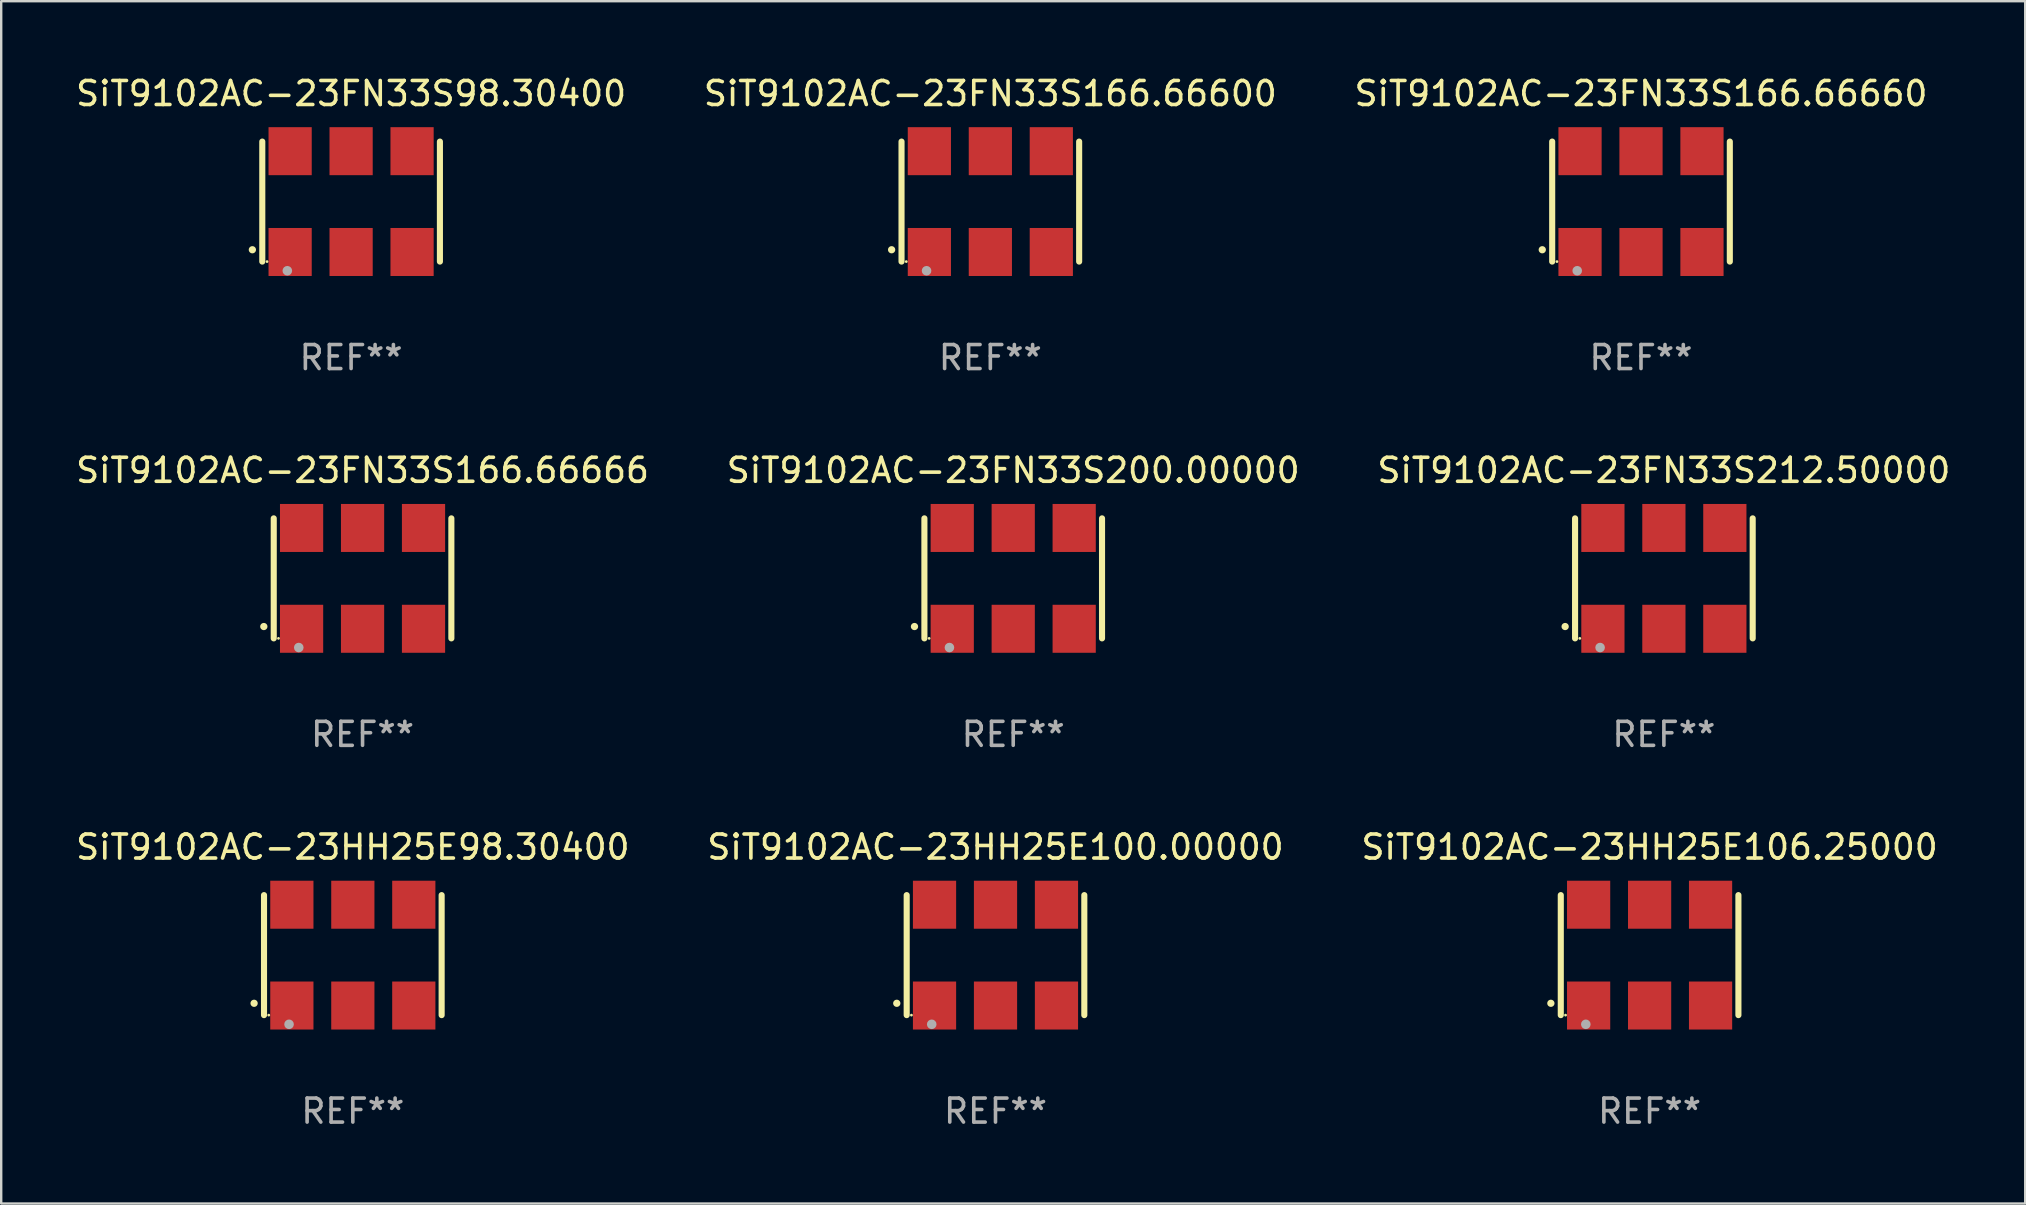
<source format=kicad_pcb>
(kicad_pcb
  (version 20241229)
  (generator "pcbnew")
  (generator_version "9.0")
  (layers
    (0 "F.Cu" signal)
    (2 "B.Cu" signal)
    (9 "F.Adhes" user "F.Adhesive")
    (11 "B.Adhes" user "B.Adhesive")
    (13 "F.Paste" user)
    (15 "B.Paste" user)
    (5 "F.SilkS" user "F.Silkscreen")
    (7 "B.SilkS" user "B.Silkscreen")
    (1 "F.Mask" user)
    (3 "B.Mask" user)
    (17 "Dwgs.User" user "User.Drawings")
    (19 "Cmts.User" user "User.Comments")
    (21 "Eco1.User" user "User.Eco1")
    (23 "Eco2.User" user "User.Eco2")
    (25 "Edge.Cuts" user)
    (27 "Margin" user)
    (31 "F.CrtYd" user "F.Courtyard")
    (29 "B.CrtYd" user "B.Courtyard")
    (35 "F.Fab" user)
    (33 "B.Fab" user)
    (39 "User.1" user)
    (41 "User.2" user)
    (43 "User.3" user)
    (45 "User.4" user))
  (footprint "SiT9102AC-23FN33S166.66666"
    (layer "F.Cu")
    (at 12.054 21.045)
    (property "Reference" "SiT9102AC-23FN33S166.66666" (at 0 -4.5 0) (layer "F.SilkS") (effects (font (size 1 1) (thickness 0.15))))
    (attr through_hole)
    (fp_line (start -3.7 -2.5) (end -3.7 2.5) (stroke (width 0.254) (type solid)) (layer "F.SilkS"))
    (fp_line (start 3.7 -2.5) (end 3.7 2.5) (stroke (width 0.254) (type solid)) (layer "F.SilkS"))
    (fp_arc (start -4.114415 2.006604) (mid -4.113145 2.006599) (end -4.111875 2.006604) (stroke (width 0.3) (type solid)) (layer "F.SilkS"))
    (fp_circle (center -3.502 2.5) (end -3.472 2.5) (stroke (width 0.06) (type solid)) (fill no) (layer "F.SilkS"))
    (fp_circle (center -2.657 2.882) (end -2.557 2.882) (stroke (width 0.2) (type solid)) (fill no) (layer "F.Fab"))
    (fp_text user "REF**" (at 0 6.5 0) (layer "F.Fab") (effects (font (size 1 1) (thickness 0.15))))
    (pad "1" smd rect (at -2.54 2.1) (size 1.8 2) (layers "F.Cu" "F.Mask" "F.Paste"))
    (pad "2" smd rect (at 0.000394 2.1) (size 1.8 2) (layers "F.Cu" "F.Mask" "F.Paste"))
    (pad "3" smd rect (at 2.54 2.1) (size 1.8 2) (layers "F.Cu" "F.Mask" "F.Paste"))
    (pad "4" smd rect (at 2.54 -2.1) (size 1.8 2) (layers "F.Cu" "F.Mask" "F.Paste"))
    (pad "5" smd rect (at 0.000394 -2.1) (size 1.8 2) (layers "F.Cu" "F.Mask" "F.Paste"))
    (pad "6" smd rect (at -2.54 -2.1) (size 1.8 2) (layers "F.Cu" "F.Mask" "F.Paste")))
  (footprint "SiT9102AC-23FN33S212.50000"
    (layer "F.Cu")
    (at 66.268 21.045)
    (property "Reference" "SiT9102AC-23FN33S212.50000" (at 0 -4.5 0) (layer "F.SilkS") (effects (font (size 1 1) (thickness 0.15))))
    (attr through_hole)
    (fp_line (start -3.7 -2.5) (end -3.7 2.5) (stroke (width 0.254) (type solid)) (layer "F.SilkS"))
    (fp_line (start 3.7 -2.5) (end 3.7 2.5) (stroke (width 0.254) (type solid)) (layer "F.SilkS"))
    (fp_arc (start -4.114415 2.006604) (mid -4.113145 2.006599) (end -4.111875 2.006604) (stroke (width 0.3) (type solid)) (layer "F.SilkS"))
    (fp_circle (center -3.502 2.5) (end -3.472 2.5) (stroke (width 0.06) (type solid)) (fill no) (layer "F.SilkS"))
    (fp_circle (center -2.657 2.882) (end -2.557 2.882) (stroke (width 0.2) (type solid)) (fill no) (layer "F.Fab"))
    (fp_text user "REF**" (at 0 6.5 0) (layer "F.Fab") (effects (font (size 1 1) (thickness 0.15))))
    (pad "1" smd rect (at -2.54 2.1) (size 1.8 2) (layers "F.Cu" "F.Mask" "F.Paste"))
    (pad "2" smd rect (at 0.000394 2.1) (size 1.8 2) (layers "F.Cu" "F.Mask" "F.Paste"))
    (pad "3" smd rect (at 2.54 2.1) (size 1.8 2) (layers "F.Cu" "F.Mask" "F.Paste"))
    (pad "4" smd rect (at 2.54 -2.1) (size 1.8 2) (layers "F.Cu" "F.Mask" "F.Paste"))
    (pad "5" smd rect (at 0.000394 -2.1) (size 1.8 2) (layers "F.Cu" "F.Mask" "F.Paste"))
    (pad "6" smd rect (at -2.54 -2.1) (size 1.8 2) (layers "F.Cu" "F.Mask" "F.Paste")))
  (footprint "SiT9102AC-23FN33S166.66600"
    (layer "F.Cu")
    (at 38.208 5.348)
    (property "Reference" "SiT9102AC-23FN33S166.66600" (at 0 -4.5 0) (layer "F.SilkS") (effects (font (size 1 1) (thickness 0.15))))
    (attr through_hole)
    (fp_line (start -3.7 -2.5) (end -3.7 2.5) (stroke (width 0.254) (type solid)) (layer "F.SilkS"))
    (fp_line (start 3.7 -2.5) (end 3.7 2.5) (stroke (width 0.254) (type solid)) (layer "F.SilkS"))
    (fp_arc (start -4.114415 2.006604) (mid -4.113145 2.006599) (end -4.111875 2.006604) (stroke (width 0.3) (type solid)) (layer "F.SilkS"))
    (fp_circle (center -3.502 2.5) (end -3.472 2.5) (stroke (width 0.06) (type solid)) (fill no) (layer "F.SilkS"))
    (fp_circle (center -2.657 2.882) (end -2.557 2.882) (stroke (width 0.2) (type solid)) (fill no) (layer "F.Fab"))
    (fp_text user "REF**" (at 0 6.5 0) (layer "F.Fab") (effects (font (size 1 1) (thickness 0.15))))
    (pad "1" smd rect (at -2.54 2.1) (size 1.8 2) (layers "F.Cu" "F.Mask" "F.Paste"))
    (pad "2" smd rect (at 0.000394 2.1) (size 1.8 2) (layers "F.Cu" "F.Mask" "F.Paste"))
    (pad "3" smd rect (at 2.54 2.1) (size 1.8 2) (layers "F.Cu" "F.Mask" "F.Paste"))
    (pad "4" smd rect (at 2.54 -2.1) (size 1.8 2) (layers "F.Cu" "F.Mask" "F.Paste"))
    (pad "5" smd rect (at 0.000394 -2.1) (size 1.8 2) (layers "F.Cu" "F.Mask" "F.Paste"))
    (pad "6" smd rect (at -2.54 -2.1) (size 1.8 2) (layers "F.Cu" "F.Mask" "F.Paste")))
  (footprint "SiT9102AC-23FN33S166.66660"
    (layer "F.Cu")
    (at 65.315 5.348)
    (property "Reference" "SiT9102AC-23FN33S166.66660" (at 0 -4.5 0) (layer "F.SilkS") (effects (font (size 1 1) (thickness 0.15))))
    (attr through_hole)
    (fp_line (start -3.7 -2.5) (end -3.7 2.5) (stroke (width 0.254) (type solid)) (layer "F.SilkS"))
    (fp_line (start 3.7 -2.5) (end 3.7 2.5) (stroke (width 0.254) (type solid)) (layer "F.SilkS"))
    (fp_arc (start -4.114415 2.006604) (mid -4.113145 2.006599) (end -4.111875 2.006604) (stroke (width 0.3) (type solid)) (layer "F.SilkS"))
    (fp_circle (center -3.502 2.5) (end -3.472 2.5) (stroke (width 0.06) (type solid)) (fill no) (layer "F.SilkS"))
    (fp_circle (center -2.657 2.882) (end -2.557 2.882) (stroke (width 0.2) (type solid)) (fill no) (layer "F.Fab"))
    (fp_text user "REF**" (at 0 6.5 0) (layer "F.Fab") (effects (font (size 1 1) (thickness 0.15))))
    (pad "1" smd rect (at -2.54 2.1) (size 1.8 2) (layers "F.Cu" "F.Mask" "F.Paste"))
    (pad "2" smd rect (at 0.000394 2.1) (size 1.8 2) (layers "F.Cu" "F.Mask" "F.Paste"))
    (pad "3" smd rect (at 2.54 2.1) (size 1.8 2) (layers "F.Cu" "F.Mask" "F.Paste"))
    (pad "4" smd rect (at 2.54 -2.1) (size 1.8 2) (layers "F.Cu" "F.Mask" "F.Paste"))
    (pad "5" smd rect (at 0.000394 -2.1) (size 1.8 2) (layers "F.Cu" "F.Mask" "F.Paste"))
    (pad "6" smd rect (at -2.54 -2.1) (size 1.8 2) (layers "F.Cu" "F.Mask" "F.Paste")))
  (footprint "SiT9102AC-23FN33S200.00000"
    (layer "F.Cu")
    (at 39.161 21.045)
    (property "Reference" "SiT9102AC-23FN33S200.00000" (at 0 -4.5 0) (layer "F.SilkS") (effects (font (size 1 1) (thickness 0.15))))
    (attr through_hole)
    (fp_line (start -3.7 -2.5) (end -3.7 2.5) (stroke (width 0.254) (type solid)) (layer "F.SilkS"))
    (fp_line (start 3.7 -2.5) (end 3.7 2.5) (stroke (width 0.254) (type solid)) (layer "F.SilkS"))
    (fp_arc (start -4.114415 2.006604) (mid -4.113145 2.006599) (end -4.111875 2.006604) (stroke (width 0.3) (type solid)) (layer "F.SilkS"))
    (fp_circle (center -3.502 2.5) (end -3.472 2.5) (stroke (width 0.06) (type solid)) (fill no) (layer "F.SilkS"))
    (fp_circle (center -2.657 2.882) (end -2.557 2.882) (stroke (width 0.2) (type solid)) (fill no) (layer "F.Fab"))
    (fp_text user "REF**" (at 0 6.5 0) (layer "F.Fab") (effects (font (size 1 1) (thickness 0.15))))
    (pad "1" smd rect (at -2.54 2.1) (size 1.8 2) (layers "F.Cu" "F.Mask" "F.Paste"))
    (pad "2" smd rect (at 0.000394 2.1) (size 1.8 2) (layers "F.Cu" "F.Mask" "F.Paste"))
    (pad "3" smd rect (at 2.54 2.1) (size 1.8 2) (layers "F.Cu" "F.Mask" "F.Paste"))
    (pad "4" smd rect (at 2.54 -2.1) (size 1.8 2) (layers "F.Cu" "F.Mask" "F.Paste"))
    (pad "5" smd rect (at 0.000394 -2.1) (size 1.8 2) (layers "F.Cu" "F.Mask" "F.Paste"))
    (pad "6" smd rect (at -2.54 -2.1) (size 1.8 2) (layers "F.Cu" "F.Mask" "F.Paste")))
  (footprint "SiT9102AC-23HH25E100.00000"
    (layer "F.Cu")
    (at 38.423 36.741)
    (property "Reference" "SiT9102AC-23HH25E100.00000" (at 0 -4.5 0) (layer "F.SilkS") (effects (font (size 1 1) (thickness 0.15))))
    (attr through_hole)
    (fp_line (start -3.7 -2.5) (end -3.7 2.5) (stroke (width 0.254) (type solid)) (layer "F.SilkS"))
    (fp_line (start 3.7 -2.5) (end 3.7 2.5) (stroke (width 0.254) (type solid)) (layer "F.SilkS"))
    (fp_arc (start -4.114415 2.006604) (mid -4.113145 2.006599) (end -4.111875 2.006604) (stroke (width 0.3) (type solid)) (layer "F.SilkS"))
    (fp_circle (center -3.502 2.5) (end -3.472 2.5) (stroke (width 0.06) (type solid)) (fill no) (layer "F.SilkS"))
    (fp_circle (center -2.657 2.882) (end -2.557 2.882) (stroke (width 0.2) (type solid)) (fill no) (layer "F.Fab"))
    (fp_text user "REF**" (at 0 6.5 0) (layer "F.Fab") (effects (font (size 1 1) (thickness 0.15))))
    (pad "1" smd rect (at -2.54 2.1) (size 1.8 2) (layers "F.Cu" "F.Mask" "F.Paste"))
    (pad "2" smd rect (at 0.000394 2.1) (size 1.8 2) (layers "F.Cu" "F.Mask" "F.Paste"))
    (pad "3" smd rect (at 2.54 2.1) (size 1.8 2) (layers "F.Cu" "F.Mask" "F.Paste"))
    (pad "4" smd rect (at 2.54 -2.1) (size 1.8 2) (layers "F.Cu" "F.Mask" "F.Paste"))
    (pad "5" smd rect (at 0.000394 -2.1) (size 1.8 2) (layers "F.Cu" "F.Mask" "F.Paste"))
    (pad "6" smd rect (at -2.54 -2.1) (size 1.8 2) (layers "F.Cu" "F.Mask" "F.Paste")))
  (footprint "SiT9102AC-23FN33S98.30400"
    (layer "F.Cu")
    (at 11.577 5.348)
    (property "Reference" "SiT9102AC-23FN33S98.30400" (at 0 -4.5 0) (layer "F.SilkS") (effects (font (size 1 1) (thickness 0.15))))
    (attr through_hole)
    (fp_line (start -3.7 -2.5) (end -3.7 2.5) (stroke (width 0.254) (type solid)) (layer "F.SilkS"))
    (fp_line (start 3.7 -2.5) (end 3.7 2.5) (stroke (width 0.254) (type solid)) (layer "F.SilkS"))
    (fp_arc (start -4.114415 2.006604) (mid -4.113145 2.006599) (end -4.111875 2.006604) (stroke (width 0.3) (type solid)) (layer "F.SilkS"))
    (fp_circle (center -3.502 2.5) (end -3.472 2.5) (stroke (width 0.06) (type solid)) (fill no) (layer "F.SilkS"))
    (fp_circle (center -2.657 2.882) (end -2.557 2.882) (stroke (width 0.2) (type solid)) (fill no) (layer "F.Fab"))
    (fp_text user "REF**" (at 0 6.5 0) (layer "F.Fab") (effects (font (size 1 1) (thickness 0.15))))
    (pad "1" smd rect (at -2.54 2.1) (size 1.8 2) (layers "F.Cu" "F.Mask" "F.Paste"))
    (pad "2" smd rect (at 0.000394 2.1) (size 1.8 2) (layers "F.Cu" "F.Mask" "F.Paste"))
    (pad "3" smd rect (at 2.54 2.1) (size 1.8 2) (layers "F.Cu" "F.Mask" "F.Paste"))
    (pad "4" smd rect (at 2.54 -2.1) (size 1.8 2) (layers "F.Cu" "F.Mask" "F.Paste"))
    (pad "5" smd rect (at 0.000394 -2.1) (size 1.8 2) (layers "F.Cu" "F.Mask" "F.Paste"))
    (pad "6" smd rect (at -2.54 -2.1) (size 1.8 2) (layers "F.Cu" "F.Mask" "F.Paste")))
  (footprint "SiT9102AC-23HH25E106.25000"
    (layer "F.Cu")
    (at 65.673 36.741)
    (property "Reference" "SiT9102AC-23HH25E106.25000" (at 0 -4.5 0) (layer "F.SilkS") (effects (font (size 1 1) (thickness 0.15))))
    (attr through_hole)
    (fp_line (start -3.7 -2.5) (end -3.7 2.5) (stroke (width 0.254) (type solid)) (layer "F.SilkS"))
    (fp_line (start 3.7 -2.5) (end 3.7 2.5) (stroke (width 0.254) (type solid)) (layer "F.SilkS"))
    (fp_arc (start -4.114415 2.006604) (mid -4.113145 2.006599) (end -4.111875 2.006604) (stroke (width 0.3) (type solid)) (layer "F.SilkS"))
    (fp_circle (center -3.502 2.5) (end -3.472 2.5) (stroke (width 0.06) (type solid)) (fill no) (layer "F.SilkS"))
    (fp_circle (center -2.657 2.882) (end -2.557 2.882) (stroke (width 0.2) (type solid)) (fill no) (layer "F.Fab"))
    (fp_text user "REF**" (at 0 6.5 0) (layer "F.Fab") (effects (font (size 1 1) (thickness 0.15))))
    (pad "1" smd rect (at -2.54 2.1) (size 1.8 2) (layers "F.Cu" "F.Mask" "F.Paste"))
    (pad "2" smd rect (at 0.000394 2.1) (size 1.8 2) (layers "F.Cu" "F.Mask" "F.Paste"))
    (pad "3" smd rect (at 2.54 2.1) (size 1.8 2) (layers "F.Cu" "F.Mask" "F.Paste"))
    (pad "4" smd rect (at 2.54 -2.1) (size 1.8 2) (layers "F.Cu" "F.Mask" "F.Paste"))
    (pad "5" smd rect (at 0.000394 -2.1) (size 1.8 2) (layers "F.Cu" "F.Mask" "F.Paste"))
    (pad "6" smd rect (at -2.54 -2.1) (size 1.8 2) (layers "F.Cu" "F.Mask" "F.Paste")))
  (footprint "SiT9102AC-23HH25E98.30400"
    (layer "F.Cu")
    (at 11.649 36.741)
    (property "Reference" "SiT9102AC-23HH25E98.30400" (at 0 -4.5 0) (layer "F.SilkS") (effects (font (size 1 1) (thickness 0.15))))
    (attr through_hole)
    (fp_line (start -3.7 -2.5) (end -3.7 2.5) (stroke (width 0.254) (type solid)) (layer "F.SilkS"))
    (fp_line (start 3.7 -2.5) (end 3.7 2.5) (stroke (width 0.254) (type solid)) (layer "F.SilkS"))
    (fp_arc (start -4.114415 2.006604) (mid -4.113145 2.006599) (end -4.111875 2.006604) (stroke (width 0.3) (type solid)) (layer "F.SilkS"))
    (fp_circle (center -3.502 2.5) (end -3.472 2.5) (stroke (width 0.06) (type solid)) (fill no) (layer "F.SilkS"))
    (fp_circle (center -2.657 2.882) (end -2.557 2.882) (stroke (width 0.2) (type solid)) (fill no) (layer "F.Fab"))
    (fp_text user "REF**" (at 0 6.5 0) (layer "F.Fab") (effects (font (size 1 1) (thickness 0.15))))
    (pad "1" smd rect (at -2.54 2.1) (size 1.8 2) (layers "F.Cu" "F.Mask" "F.Paste"))
    (pad "2" smd rect (at 0.000394 2.1) (size 1.8 2) (layers "F.Cu" "F.Mask" "F.Paste"))
    (pad "3" smd rect (at 2.54 2.1) (size 1.8 2) (layers "F.Cu" "F.Mask" "F.Paste"))
    (pad "4" smd rect (at 2.54 -2.1) (size 1.8 2) (layers "F.Cu" "F.Mask" "F.Paste"))
    (pad "5" smd rect (at 0.000394 -2.1) (size 1.8 2) (layers "F.Cu" "F.Mask" "F.Paste"))
    (pad "6" smd rect (at -2.54 -2.1) (size 1.8 2) (layers "F.Cu" "F.Mask" "F.Paste")))
  (gr_rect
    (start -3 -3)
    (end 81.321 47.09)
    (stroke (width 0.1) (type default))
    (fill no)
    (layer "Edge.Cuts")))
</source>
